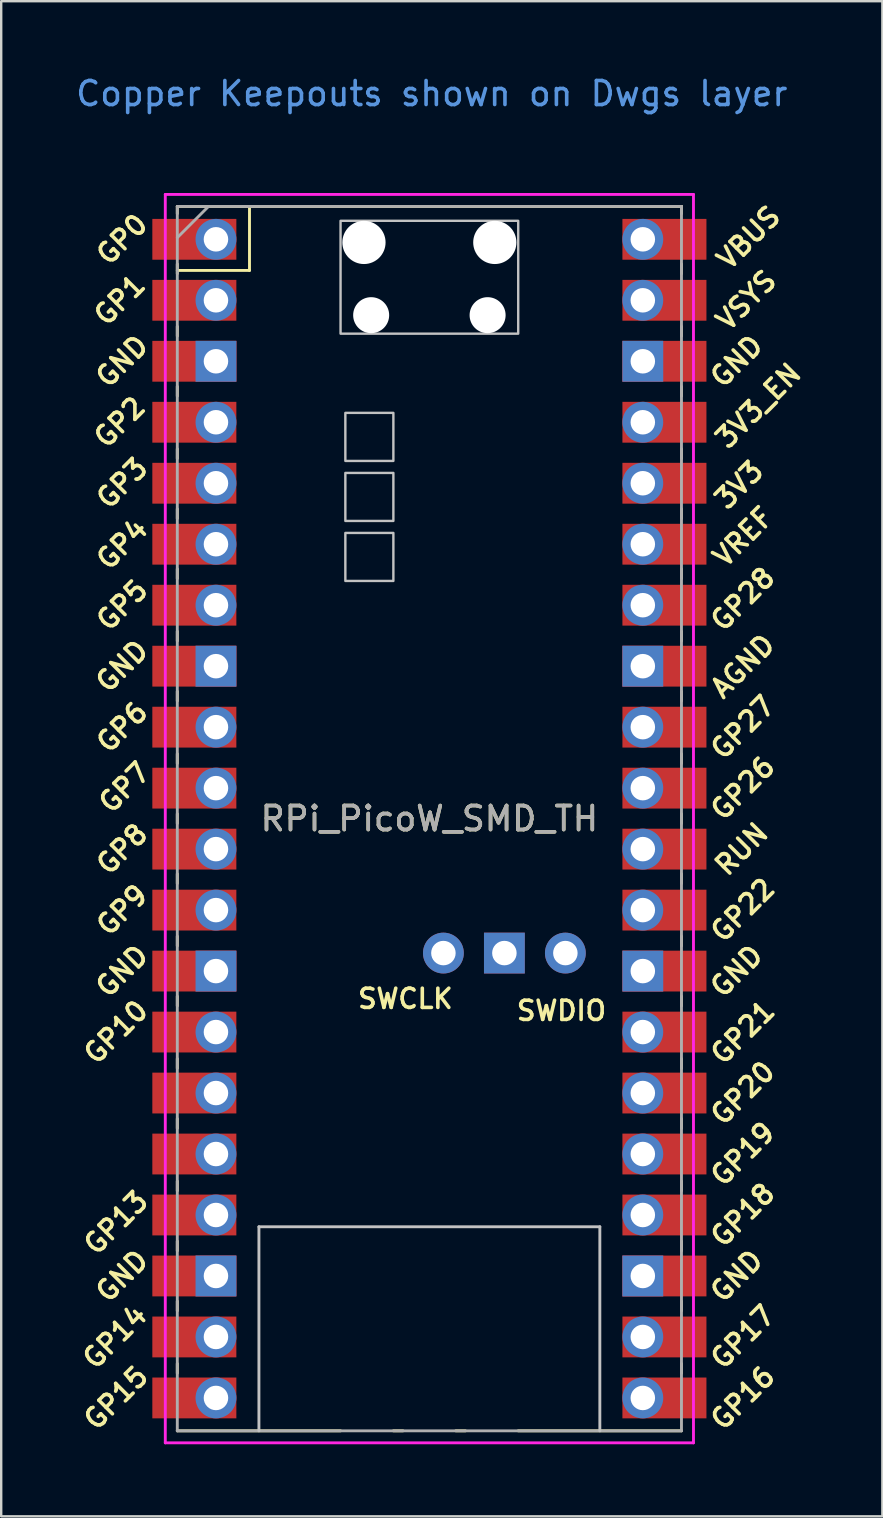
<source format=kicad_pcb>
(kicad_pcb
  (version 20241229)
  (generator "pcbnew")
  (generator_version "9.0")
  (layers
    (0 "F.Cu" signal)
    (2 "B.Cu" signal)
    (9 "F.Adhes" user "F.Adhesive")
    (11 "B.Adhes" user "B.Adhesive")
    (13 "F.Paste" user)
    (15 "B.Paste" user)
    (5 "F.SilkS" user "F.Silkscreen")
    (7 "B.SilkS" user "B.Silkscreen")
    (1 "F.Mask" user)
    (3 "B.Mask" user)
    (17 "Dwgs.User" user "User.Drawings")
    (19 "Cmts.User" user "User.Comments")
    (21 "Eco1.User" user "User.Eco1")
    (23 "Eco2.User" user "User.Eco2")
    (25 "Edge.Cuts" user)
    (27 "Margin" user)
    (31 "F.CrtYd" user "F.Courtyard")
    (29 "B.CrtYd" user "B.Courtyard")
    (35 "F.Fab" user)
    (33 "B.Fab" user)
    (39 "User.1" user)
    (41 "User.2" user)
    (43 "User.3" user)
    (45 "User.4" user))
  (footprint "RPi_PicoW_SMD_TH"
    (layer "F.Cu")
    (at 14.835 31.048)
    (property "Reference" "RPi_PicoW_SMD_TH" (at 0 0 0) (layer "F.SilkS") (effects (font (size 1 1) (thickness 0.15))))
    (attr through_hole)
    (fp_line (start -10.5 -25.5) (end -10.5 -25.2) (stroke (width 0.12) (type solid)) (layer "F.SilkS"))
    (fp_line (start -10.5 -25.5) (end 10.5 -25.5) (stroke (width 0.12) (type solid)) (layer "F.SilkS"))
    (fp_line (start -10.5 -23.1) (end -10.5 -22.7) (stroke (width 0.12) (type solid)) (layer "F.SilkS"))
    (fp_line (start -10.5 -22.833) (end -7.493 -22.833) (stroke (width 0.12) (type solid)) (layer "F.SilkS"))
    (fp_line (start -10.5 -20.5) (end -10.5 -20.1) (stroke (width 0.12) (type solid)) (layer "F.SilkS"))
    (fp_line (start -10.5 -18) (end -10.5 -17.6) (stroke (width 0.12) (type solid)) (layer "F.SilkS"))
    (fp_line (start -10.5 -15.4) (end -10.5 -15) (stroke (width 0.12) (type solid)) (layer "F.SilkS"))
    (fp_line (start -10.5 -12.9) (end -10.5 -12.5) (stroke (width 0.12) (type solid)) (layer "F.SilkS"))
    (fp_line (start -10.5 -10.4) (end -10.5 -10) (stroke (width 0.12) (type solid)) (layer "F.SilkS"))
    (fp_line (start -10.5 -7.8) (end -10.5 -7.4) (stroke (width 0.12) (type solid)) (layer "F.SilkS"))
    (fp_line (start -10.5 -5.3) (end -10.5 -4.9) (stroke (width 0.12) (type solid)) (layer "F.SilkS"))
    (fp_line (start -10.5 -2.7) (end -10.5 -2.3) (stroke (width 0.12) (type solid)) (layer "F.SilkS"))
    (fp_line (start -10.5 -0.2) (end -10.5 0.2) (stroke (width 0.12) (type solid)) (layer "F.SilkS"))
    (fp_line (start -10.5 2.3) (end -10.5 2.7) (stroke (width 0.12) (type solid)) (layer "F.SilkS"))
    (fp_line (start -10.5 4.9) (end -10.5 5.3) (stroke (width 0.12) (type solid)) (layer "F.SilkS"))
    (fp_line (start -10.5 7.4) (end -10.5 7.8) (stroke (width 0.12) (type solid)) (layer "F.SilkS"))
    (fp_line (start -10.5 10) (end -10.5 10.4) (stroke (width 0.12) (type solid)) (layer "F.SilkS"))
    (fp_line (start -10.5 12.5) (end -10.5 12.9) (stroke (width 0.12) (type solid)) (layer "F.SilkS"))
    (fp_line (start -10.5 15.1) (end -10.5 15.5) (stroke (width 0.12) (type solid)) (layer "F.SilkS"))
    (fp_line (start -10.5 17.6) (end -10.5 18) (stroke (width 0.12) (type solid)) (layer "F.SilkS"))
    (fp_line (start -10.5 20.1) (end -10.5 20.5) (stroke (width 0.12) (type solid)) (layer "F.SilkS"))
    (fp_line (start -10.5 22.7) (end -10.5 23.1) (stroke (width 0.12) (type solid)) (layer "F.SilkS"))
    (fp_line (start -7.493 -22.833) (end -7.493 -25.5) (stroke (width 0.12) (type solid)) (layer "F.SilkS"))
    (fp_line (start -3.7 25.5) (end -10.5 25.5) (stroke (width 0.12) (type solid)) (layer "F.SilkS"))
    (fp_line (start -1.5 25.5) (end -1.1 25.5) (stroke (width 0.12) (type solid)) (layer "F.SilkS"))
    (fp_line (start 1.1 25.5) (end 1.5 25.5) (stroke (width 0.12) (type solid)) (layer "F.SilkS"))
    (fp_line (start 10.5 -25.5) (end 10.5 -25.2) (stroke (width 0.12) (type solid)) (layer "F.SilkS"))
    (fp_line (start 10.5 -23.1) (end 10.5 -22.7) (stroke (width 0.12) (type solid)) (layer "F.SilkS"))
    (fp_line (start 10.5 -20.5) (end 10.5 -20.1) (stroke (width 0.12) (type solid)) (layer "F.SilkS"))
    (fp_line (start 10.5 -18) (end 10.5 -17.6) (stroke (width 0.12) (type solid)) (layer "F.SilkS"))
    (fp_line (start 10.5 -15.4) (end 10.5 -15) (stroke (width 0.12) (type solid)) (layer "F.SilkS"))
    (fp_line (start 10.5 -12.9) (end 10.5 -12.5) (stroke (width 0.12) (type solid)) (layer "F.SilkS"))
    (fp_line (start 10.5 -10.4) (end 10.5 -10) (stroke (width 0.12) (type solid)) (layer "F.SilkS"))
    (fp_line (start 10.5 -7.8) (end 10.5 -7.4) (stroke (width 0.12) (type solid)) (layer "F.SilkS"))
    (fp_line (start 10.5 -5.3) (end 10.5 -4.9) (stroke (width 0.12) (type solid)) (layer "F.SilkS"))
    (fp_line (start 10.5 -2.7) (end 10.5 -2.3) (stroke (width 0.12) (type solid)) (layer "F.SilkS"))
    (fp_line (start 10.5 -0.2) (end 10.5 0.2) (stroke (width 0.12) (type solid)) (layer "F.SilkS"))
    (fp_line (start 10.5 2.3) (end 10.5 2.7) (stroke (width 0.12) (type solid)) (layer "F.SilkS"))
    (fp_line (start 10.5 4.9) (end 10.5 5.3) (stroke (width 0.12) (type solid)) (layer "F.SilkS"))
    (fp_line (start 10.5 7.4) (end 10.5 7.8) (stroke (width 0.12) (type solid)) (layer "F.SilkS"))
    (fp_line (start 10.5 10) (end 10.5 10.4) (stroke (width 0.12) (type solid)) (layer "F.SilkS"))
    (fp_line (start 10.5 12.5) (end 10.5 12.9) (stroke (width 0.12) (type solid)) (layer "F.SilkS"))
    (fp_line (start 10.5 15.1) (end 10.5 15.5) (stroke (width 0.12) (type solid)) (layer "F.SilkS"))
    (fp_line (start 10.5 17.6) (end 10.5 18) (stroke (width 0.12) (type solid)) (layer "F.SilkS"))
    (fp_line (start 10.5 20.1) (end 10.5 20.5) (stroke (width 0.12) (type solid)) (layer "F.SilkS"))
    (fp_line (start 10.5 22.7) (end 10.5 23.1) (stroke (width 0.12) (type solid)) (layer "F.SilkS"))
    (fp_line (start 10.5 25.5) (end 3.7 25.5) (stroke (width 0.12) (type solid)) (layer "F.SilkS"))
    (fp_line (start -7.1 17) (end 7.1 17) (stroke (width 0.12) (type solid)) (layer "Dwgs.User"))
    (fp_line (start -7.1 25.5) (end -7.1 17) (stroke (width 0.12) (type solid)) (layer "Dwgs.User"))
    (fp_line (start 7.1 17) (end 7.1 25.5) (stroke (width 0.12) (type solid)) (layer "Dwgs.User"))
    (fp_poly (pts (xy -1.5 -14.9) (xy -3.5 -14.9) (xy -3.5 -16.9) (xy -1.5 -16.9)) (stroke (width 0.1) (type solid)) (fill no) (layer "Dwgs.User"))
    (fp_poly (pts (xy -1.5 -12.4) (xy -3.5 -12.4) (xy -3.5 -14.4) (xy -1.5 -14.4)) (stroke (width 0.1) (type solid)) (fill no) (layer "Dwgs.User"))
    (fp_poly (pts (xy -1.5 -9.9) (xy -3.5 -9.9) (xy -3.5 -11.9) (xy -1.5 -11.9)) (stroke (width 0.1) (type solid)) (fill no) (layer "Dwgs.User"))
    (fp_poly (pts (xy 3.7 -20.2) (xy -3.7 -20.2) (xy -3.7 -24.9) (xy 3.7 -24.9)) (stroke (width 0.1) (type solid)) (fill no) (layer "Dwgs.User"))
    (fp_line (start -11 -26) (end 11 -26) (stroke (width 0.12) (type solid)) (layer "F.CrtYd"))
    (fp_line (start -11 26) (end -11 -26) (stroke (width 0.12) (type solid)) (layer "F.CrtYd"))
    (fp_line (start 11 -26) (end 11 26) (stroke (width 0.12) (type solid)) (layer "F.CrtYd"))
    (fp_line (start 11 26) (end -11 26) (stroke (width 0.12) (type solid)) (layer "F.CrtYd"))
    (fp_line (start -10.5 -25.5) (end 10.5 -25.5) (stroke (width 0.12) (type solid)) (layer "F.Fab"))
    (fp_line (start -10.5 -24.2) (end -9.2 -25.5) (stroke (width 0.12) (type solid)) (layer "F.Fab"))
    (fp_line (start -10.5 25.5) (end -10.5 -25.5) (stroke (width 0.12) (type solid)) (layer "F.Fab"))
    (fp_line (start 10.5 -25.5) (end 10.5 25.5) (stroke (width 0.12) (type solid)) (layer "F.Fab"))
    (fp_line (start 10.5 25.5) (end -10.5 25.5) (stroke (width 0.12) (type solid)) (layer "F.Fab"))
    (fp_text user "GP4" (at -12.8 -11.43 45) (layer "F.SilkS") (effects (font (size 0.8 0.8) (thickness 0.15))))
    (fp_text user "GND" (at -12.8 -6.35 45) (layer "F.SilkS") (effects (font (size 0.8 0.8) (thickness 0.15))))
    (fp_text user "AGND" (at 13.054 -6.35 45) (layer "F.SilkS") (effects (font (size 0.8 0.8) (thickness 0.15))))
    (fp_text user "GP18" (at 13.054 16.51 45) (layer "F.SilkS") (effects (font (size 0.8 0.8) (thickness 0.15))))
    (fp_text user "GP6" (at -12.8 -3.81 45) (layer "F.SilkS") (effects (font (size 0.8 0.8) (thickness 0.15))))
    (fp_text user "3V3" (at 12.9 -13.9 45) (layer "F.SilkS") (effects (font (size 0.8 0.8) (thickness 0.15))))
    (fp_text user "VBUS" (at 13.3 -24.2 45) (layer "F.SilkS") (effects (font (size 0.8 0.8) (thickness 0.15))))
    (fp_text user "GND" (at 12.8 19.05 45) (layer "F.SilkS") (effects (font (size 0.8 0.8) (thickness 0.15))))
    (fp_text user "GP22" (at 13.054 3.81 45) (layer "F.SilkS") (effects (font (size 0.8 0.8) (thickness 0.15))))
    (fp_text user "GP21" (at 13.054 8.9 45) (layer "F.SilkS") (effects (font (size 0.8 0.8) (thickness 0.15))))
    (fp_text user "VREF" (at 13.068 -11.742 45) (layer "F.SilkS") (effects (font (size 0.8 0.8) (thickness 0.15))))
    (fp_text user "GP28" (at 13.054 -9.144 45) (layer "F.SilkS") (effects (font (size 0.8 0.8) (thickness 0.15))))
    (fp_text user "GP3" (at -12.8 -13.97 45) (layer "F.SilkS") (effects (font (size 0.8 0.8) (thickness 0.15))))
    (fp_text user "GP14" (at -13.1 21.59 45) (layer "F.SilkS") (effects (font (size 0.8 0.8) (thickness 0.15))))
    (fp_text user "GP16" (at 13.054 24.13 45) (layer "F.SilkS") (effects (font (size 0.8 0.8) (thickness 0.15))))
    (fp_text user "GND" (at -12.8 19.05 45) (layer "F.SilkS") (effects (font (size 0.8 0.8) (thickness 0.15))))
    (fp_text user "GP15" (at -13.054 24.13 45) (layer "F.SilkS") (effects (font (size 0.8 0.8) (thickness 0.15))))
    (fp_text user "GP7" (at -12.7 -1.3 45) (layer "F.SilkS") (effects (font (size 0.8 0.8) (thickness 0.15))))
    (fp_text user "GP8" (at -12.8 1.27 45) (layer "F.SilkS") (effects (font (size 0.8 0.8) (thickness 0.15))))
    (fp_text user "VSYS" (at 13.2 -21.59 45) (layer "F.SilkS") (effects (font (size 0.8 0.8) (thickness 0.15))))
    (fp_text user "GP27" (at 13.054 -3.8 45) (layer "F.SilkS") (effects (font (size 0.8 0.8) (thickness 0.15))))
    (fp_text user "RUN" (at 13 1.27 45) (layer "F.SilkS") (effects (font (size 0.8 0.8) (thickness 0.15))))
    (fp_text user "GP26" (at 13.054 -1.27 45) (layer "F.SilkS") (effects (font (size 0.8 0.8) (thickness 0.15))))
    (fp_text user "GP0" (at -12.8 -24.13 45) (layer "F.SilkS") (effects (font (size 0.8 0.8) (thickness 0.15))))
    (fp_text user "GND" (at -12.8 -19.05 45) (layer "F.SilkS") (effects (font (size 0.8 0.8) (thickness 0.15))))
    (fp_text user "3V3_EN" (at 13.7 -17.2 45) (layer "F.SilkS") (effects (font (size 0.8 0.8) (thickness 0.15))))
    (fp_text user "GP17" (at 13.054 21.59 45) (layer "F.SilkS") (effects (font (size 0.8 0.8) (thickness 0.15))))
    (fp_text user "GP5" (at -12.8 -8.89 45) (layer "F.SilkS") (effects (font (size 0.8 0.8) (thickness 0.15))))
    (fp_text user "GND" (at -12.8 6.35 45) (layer "F.SilkS") (effects (font (size 0.8 0.8) (thickness 0.15))))
    (fp_text user "GP20" (at 13.054 11.43 45) (layer "F.SilkS") (effects (font (size 0.8 0.8) (thickness 0.15))))
    (fp_text user "GP19" (at 13.054 13.97 45) (layer "F.SilkS") (effects (font (size 0.8 0.8) (thickness 0.15))))
    (fp_text user "GP13" (at -13.054 16.832 45) (layer "F.SilkS") (effects (font (size 0.8 0.8) (thickness 0.15))))
    (fp_text user "GP9" (at -12.8 3.81 45) (layer "F.SilkS") (effects (font (size 0.8 0.8) (thickness 0.15))))
    (fp_text user "SWCLK" (at -1 7.5 0) (layer "F.SilkS") (effects (font (size 0.8 0.8) (thickness 0.15))))
    (fp_text user "GP10" (at -13.054 8.89 45) (layer "F.SilkS") (effects (font (size 0.8 0.8) (thickness 0.15))))
    (fp_text user "GP2" (at -12.9 -16.51 45) (layer "F.SilkS") (effects (font (size 0.8 0.8) (thickness 0.15))))
    (fp_text user "SWDIO" (at 5.5 8 0) (layer "F.SilkS") (effects (font (size 0.8 0.8) (thickness 0.15))))
    (fp_text user "GND" (at 12.8 6.35 45) (layer "F.SilkS") (effects (font (size 0.8 0.8) (thickness 0.15))))
    (fp_text user "GP1" (at -12.9 -21.6 45) (layer "F.SilkS") (effects (font (size 0.8 0.8) (thickness 0.15))))
    (fp_text user "GND" (at 12.8 -19.05 45) (layer "F.SilkS") (effects (font (size 0.8 0.8) (thickness 0.15))))
    (fp_text user "Copper Keepouts shown on Dwgs layer" (at 0.1 -30.2 0) (layer "Cmts.User") (effects (font (size 1 1) (thickness 0.15))))
    (fp_text user "${REFERENCE}" (at 0 0 180) (layer "F.Fab") (effects (font (size 1 1) (thickness 0.15))))
    (pad "" np_thru_hole oval (at -2.725 -24) (size 1.8 1.8) (drill 1.8) (layers "*.Cu" "*.Mask"))
    (pad "" np_thru_hole oval (at -2.425 -20.97) (size 1.5 1.5) (drill 1.5) (layers "*.Cu" "*.Mask"))
    (pad "" np_thru_hole oval (at 2.425 -20.97) (size 1.5 1.5) (drill 1.5) (layers "*.Cu" "*.Mask"))
    (pad "" np_thru_hole oval (at 2.725 -24) (size 1.8 1.8) (drill 1.8) (layers "*.Cu" "*.Mask"))
    (pad "1" thru_hole oval (at -8.89 -24.13) (size 1.7 1.7) (drill 1.02) (layers "*.Cu" "*.Mask"))
    (pad "1" smd rect (at -8.89 -24.13) (size 3.5 1.7) (drill (offset -0.9 0)) (layers "F.Cu" "F.Mask"))
    (pad "2" thru_hole oval (at -8.89 -21.59) (size 1.7 1.7) (drill 1.02) (layers "*.Cu" "*.Mask"))
    (pad "2" smd rect (at -8.89 -21.59) (size 3.5 1.7) (drill (offset -0.9 0)) (layers "F.Cu" "F.Mask"))
    (pad "3" thru_hole rect (at -8.89 -19.05) (size 1.7 1.7) (drill 1.02) (layers "*.Cu" "*.Mask"))
    (pad "3" smd rect (at -8.89 -19.05) (size 3.5 1.7) (drill (offset -0.9 0)) (layers "F.Cu" "F.Mask"))
    (pad "4" thru_hole oval (at -8.89 -16.51) (size 1.7 1.7) (drill 1.02) (layers "*.Cu" "*.Mask"))
    (pad "4" smd rect (at -8.89 -16.51) (size 3.5 1.7) (drill (offset -0.9 0)) (layers "F.Cu" "F.Mask"))
    (pad "5" thru_hole oval (at -8.89 -13.97) (size 1.7 1.7) (drill 1.02) (layers "*.Cu" "*.Mask"))
    (pad "5" smd rect (at -8.89 -13.97) (size 3.5 1.7) (drill (offset -0.9 0)) (layers "F.Cu" "F.Mask"))
    (pad "6" thru_hole oval (at -8.89 -11.43) (size 1.7 1.7) (drill 1.02) (layers "*.Cu" "*.Mask"))
    (pad "6" smd rect (at -8.89 -11.43) (size 3.5 1.7) (drill (offset -0.9 0)) (layers "F.Cu" "F.Mask"))
    (pad "7" thru_hole oval (at -8.89 -8.89) (size 1.7 1.7) (drill 1.02) (layers "*.Cu" "*.Mask"))
    (pad "7" smd rect (at -8.89 -8.89) (size 3.5 1.7) (drill (offset -0.9 0)) (layers "F.Cu" "F.Mask"))
    (pad "8" thru_hole rect (at -8.89 -6.35) (size 1.7 1.7) (drill 1.02) (layers "*.Cu" "*.Mask"))
    (pad "8" smd rect (at -8.89 -6.35) (size 3.5 1.7) (drill (offset -0.9 0)) (layers "F.Cu" "F.Mask"))
    (pad "9" thru_hole oval (at -8.89 -3.81) (size 1.7 1.7) (drill 1.02) (layers "*.Cu" "*.Mask"))
    (pad "9" smd rect (at -8.89 -3.81) (size 3.5 1.7) (drill (offset -0.9 0)) (layers "F.Cu" "F.Mask"))
    (pad "10" thru_hole oval (at -8.89 -1.27) (size 1.7 1.7) (drill 1.02) (layers "*.Cu" "*.Mask"))
    (pad "10" smd rect (at -8.89 -1.27) (size 3.5 1.7) (drill (offset -0.9 0)) (layers "F.Cu" "F.Mask"))
    (pad "11" thru_hole oval (at -8.89 1.27) (size 1.7 1.7) (drill 1.02) (layers "*.Cu" "*.Mask"))
    (pad "11" smd rect (at -8.89 1.27) (size 3.5 1.7) (drill (offset -0.9 0)) (layers "F.Cu" "F.Mask"))
    (pad "12" thru_hole oval (at -8.89 3.81) (size 1.7 1.7) (drill 1.02) (layers "*.Cu" "*.Mask"))
    (pad "12" smd rect (at -8.89 3.81) (size 3.5 1.7) (drill (offset -0.9 0)) (layers "F.Cu" "F.Mask"))
    (pad "13" thru_hole rect (at -8.89 6.35) (size 1.7 1.7) (drill 1.02) (layers "*.Cu" "*.Mask"))
    (pad "13" smd rect (at -8.89 6.35) (size 3.5 1.7) (drill (offset -0.9 0)) (layers "F.Cu" "F.Mask"))
    (pad "14" thru_hole oval (at -8.89 8.89) (size 1.7 1.7) (drill 1.02) (layers "*.Cu" "*.Mask"))
    (pad "14" smd rect (at -8.89 8.89) (size 3.5 1.7) (drill (offset -0.9 0)) (layers "F.Cu" "F.Mask"))
    (pad "15" thru_hole oval (at -8.89 11.43) (size 1.7 1.7) (drill 1.02) (layers "*.Cu" "*.Mask"))
    (pad "15" smd rect (at -8.89 11.43) (size 3.5 1.7) (drill (offset -0.9 0)) (layers "F.Cu" "F.Mask"))
    (pad "16" thru_hole oval (at -8.89 13.97) (size 1.7 1.7) (drill 1.02) (layers "*.Cu" "*.Mask"))
    (pad "16" smd rect (at -8.89 13.97) (size 3.5 1.7) (drill (offset -0.9 0)) (layers "F.Cu" "F.Mask"))
    (pad "17" thru_hole oval (at -8.89 16.51) (size 1.7 1.7) (drill 1.02) (layers "*.Cu" "*.Mask"))
    (pad "17" smd rect (at -8.89 16.51) (size 3.5 1.7) (drill (offset -0.9 0)) (layers "F.Cu" "F.Mask"))
    (pad "18" thru_hole rect (at -8.89 19.05) (size 1.7 1.7) (drill 1.02) (layers "*.Cu" "*.Mask"))
    (pad "18" smd rect (at -8.89 19.05) (size 3.5 1.7) (drill (offset -0.9 0)) (layers "F.Cu" "F.Mask"))
    (pad "19" thru_hole oval (at -8.89 21.59) (size 1.7 1.7) (drill 1.02) (layers "*.Cu" "*.Mask"))
    (pad "19" smd rect (at -8.89 21.59) (size 3.5 1.7) (drill (offset -0.9 0)) (layers "F.Cu" "F.Mask"))
    (pad "20" thru_hole oval (at -8.89 24.13) (size 1.7 1.7) (drill 1.02) (layers "*.Cu" "*.Mask"))
    (pad "20" smd rect (at -8.89 24.13) (size 3.5 1.7) (drill (offset -0.9 0)) (layers "F.Cu" "F.Mask"))
    (pad "21" thru_hole oval (at 8.89 24.13) (size 1.7 1.7) (drill 1.02) (layers "*.Cu" "*.Mask"))
    (pad "21" smd rect (at 8.89 24.13) (size 3.5 1.7) (drill (offset 0.9 0)) (layers "F.Cu" "F.Mask"))
    (pad "22" thru_hole oval (at 8.89 21.59) (size 1.7 1.7) (drill 1.02) (layers "*.Cu" "*.Mask"))
    (pad "22" smd rect (at 8.89 21.59) (size 3.5 1.7) (drill (offset 0.9 0)) (layers "F.Cu" "F.Mask"))
    (pad "23" thru_hole rect (at 8.89 19.05) (size 1.7 1.7) (drill 1.02) (layers "*.Cu" "*.Mask"))
    (pad "23" smd rect (at 8.89 19.05) (size 3.5 1.7) (drill (offset 0.9 0)) (layers "F.Cu" "F.Mask"))
    (pad "24" thru_hole oval (at 8.89 16.51) (size 1.7 1.7) (drill 1.02) (layers "*.Cu" "*.Mask"))
    (pad "24" smd rect (at 8.89 16.51) (size 3.5 1.7) (drill (offset 0.9 0)) (layers "F.Cu" "F.Mask"))
    (pad "25" thru_hole oval (at 8.89 13.97) (size 1.7 1.7) (drill 1.02) (layers "*.Cu" "*.Mask"))
    (pad "25" smd rect (at 8.89 13.97) (size 3.5 1.7) (drill (offset 0.9 0)) (layers "F.Cu" "F.Mask"))
    (pad "26" thru_hole oval (at 8.89 11.43) (size 1.7 1.7) (drill 1.02) (layers "*.Cu" "*.Mask"))
    (pad "26" smd rect (at 8.89 11.43) (size 3.5 1.7) (drill (offset 0.9 0)) (layers "F.Cu" "F.Mask"))
    (pad "27" thru_hole oval (at 8.89 8.89) (size 1.7 1.7) (drill 1.02) (layers "*.Cu" "*.Mask"))
    (pad "27" smd rect (at 8.89 8.89) (size 3.5 1.7) (drill (offset 0.9 0)) (layers "F.Cu" "F.Mask"))
    (pad "28" thru_hole rect (at 8.89 6.35) (size 1.7 1.7) (drill 1.02) (layers "*.Cu" "*.Mask"))
    (pad "28" smd rect (at 8.89 6.35) (size 3.5 1.7) (drill (offset 0.9 0)) (layers "F.Cu" "F.Mask"))
    (pad "29" thru_hole oval (at 8.89 3.81) (size 1.7 1.7) (drill 1.02) (layers "*.Cu" "*.Mask"))
    (pad "29" smd rect (at 8.89 3.81) (size 3.5 1.7) (drill (offset 0.9 0)) (layers "F.Cu" "F.Mask"))
    (pad "30" thru_hole oval (at 8.89 1.27) (size 1.7 1.7) (drill 1.02) (layers "*.Cu" "*.Mask"))
    (pad "30" smd rect (at 8.89 1.27) (size 3.5 1.7) (drill (offset 0.9 0)) (layers "F.Cu" "F.Mask"))
    (pad "31" thru_hole oval (at 8.89 -1.27) (size 1.7 1.7) (drill 1.02) (layers "*.Cu" "*.Mask"))
    (pad "31" smd rect (at 8.89 -1.27) (size 3.5 1.7) (drill (offset 0.9 0)) (layers "F.Cu" "F.Mask"))
    (pad "32" thru_hole oval (at 8.89 -3.81) (size 1.7 1.7) (drill 1.02) (layers "*.Cu" "*.Mask"))
    (pad "32" smd rect (at 8.89 -3.81) (size 3.5 1.7) (drill (offset 0.9 0)) (layers "F.Cu" "F.Mask"))
    (pad "33" thru_hole rect (at 8.89 -6.35) (size 1.7 1.7) (drill 1.02) (layers "*.Cu" "*.Mask"))
    (pad "33" smd rect (at 8.89 -6.35) (size 3.5 1.7) (drill (offset 0.9 0)) (layers "F.Cu" "F.Mask"))
    (pad "34" thru_hole oval (at 8.89 -8.89) (size 1.7 1.7) (drill 1.02) (layers "*.Cu" "*.Mask"))
    (pad "34" smd rect (at 8.89 -8.89) (size 3.5 1.7) (drill (offset 0.9 0)) (layers "F.Cu" "F.Mask"))
    (pad "35" thru_hole oval (at 8.89 -11.43) (size 1.7 1.7) (drill 1.02) (layers "*.Cu" "*.Mask"))
    (pad "35" smd rect (at 8.89 -11.43) (size 3.5 1.7) (drill (offset 0.9 0)) (layers "F.Cu" "F.Mask"))
    (pad "36" thru_hole oval (at 8.89 -13.97) (size 1.7 1.7) (drill 1.02) (layers "*.Cu" "*.Mask"))
    (pad "36" smd rect (at 8.89 -13.97) (size 3.5 1.7) (drill (offset 0.9 0)) (layers "F.Cu" "F.Mask"))
    (pad "37" thru_hole oval (at 8.89 -16.51) (size 1.7 1.7) (drill 1.02) (layers "*.Cu" "*.Mask"))
    (pad "37" smd rect (at 8.89 -16.51) (size 3.5 1.7) (drill (offset 0.9 0)) (layers "F.Cu" "F.Mask"))
    (pad "38" thru_hole rect (at 8.89 -19.05) (size 1.7 1.7) (drill 1.02) (layers "*.Cu" "*.Mask"))
    (pad "38" smd rect (at 8.89 -19.05) (size 3.5 1.7) (drill (offset 0.9 0)) (layers "F.Cu" "F.Mask"))
    (pad "39" thru_hole oval (at 8.89 -21.59) (size 1.7 1.7) (drill 1.02) (layers "*.Cu" "*.Mask"))
    (pad "39" smd rect (at 8.89 -21.59) (size 3.5 1.7) (drill (offset 0.9 0)) (layers "F.Cu" "F.Mask"))
    (pad "40" thru_hole oval (at 8.89 -24.13) (size 1.7 1.7) (drill 1.02) (layers "*.Cu" "*.Mask"))
    (pad "40" smd rect (at 8.89 -24.13) (size 3.5 1.7) (drill (offset 0.9 0)) (layers "F.Cu" "F.Mask"))
    (pad "41" thru_hole oval (at 0.584 5.6) (size 1.7 1.7) (drill 1.02) (layers "*.Cu" "*.Mask"))
    (pad "42" thru_hole rect (at 3.124 5.6) (size 1.7 1.7) (drill 1.02) (layers "*.Cu" "*.Mask"))
    (pad "43" thru_hole oval (at 5.664 5.6) (size 1.7 1.7) (drill 1.02) (layers "*.Cu" "*.Mask")))
  (gr_rect
    (start -3 -3)
    (end 33.703 60.108)
    (stroke (width 0.1) (type default))
    (fill no)
    (layer "Edge.Cuts")))
</source>
